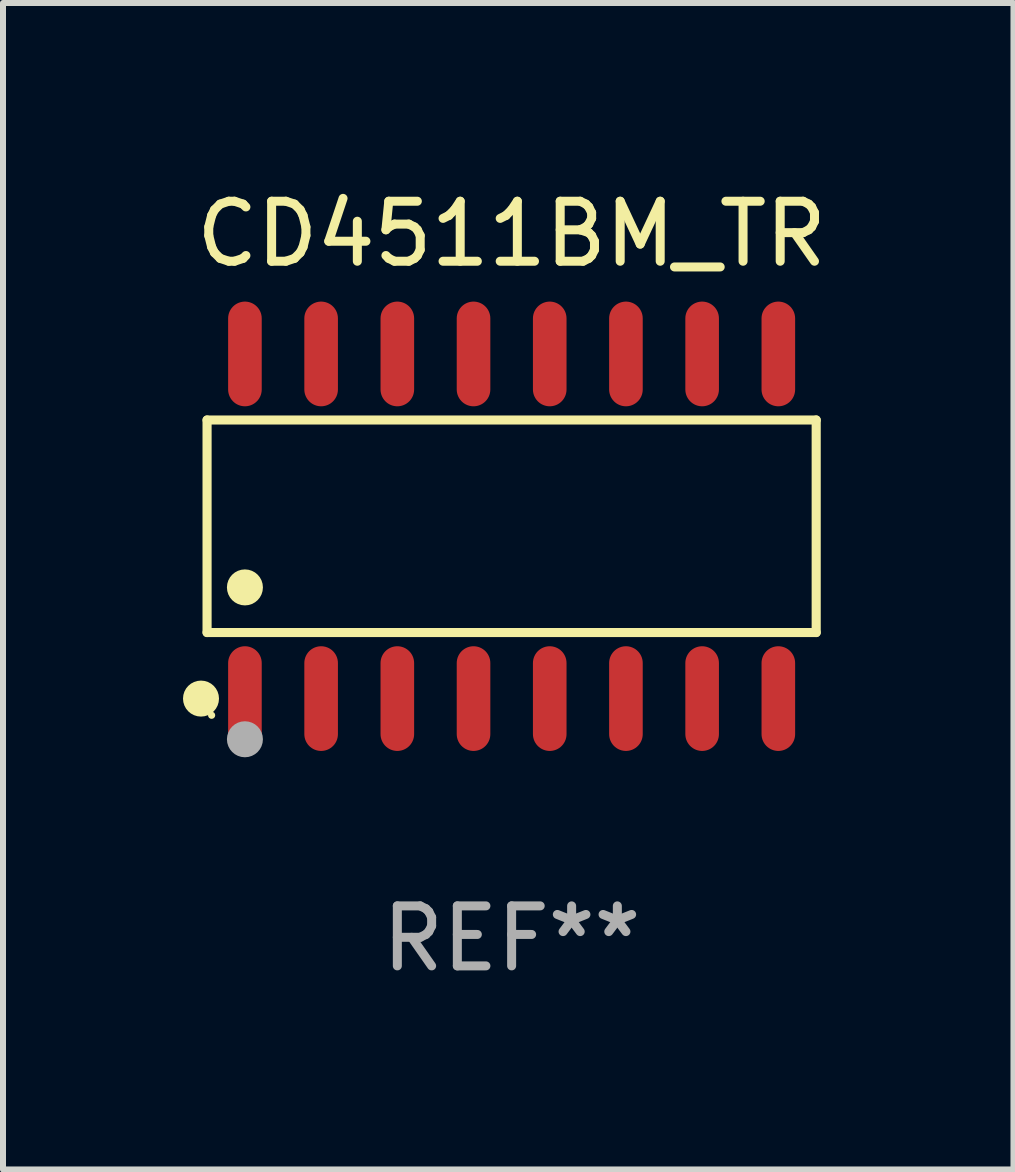
<source format=kicad_pcb>
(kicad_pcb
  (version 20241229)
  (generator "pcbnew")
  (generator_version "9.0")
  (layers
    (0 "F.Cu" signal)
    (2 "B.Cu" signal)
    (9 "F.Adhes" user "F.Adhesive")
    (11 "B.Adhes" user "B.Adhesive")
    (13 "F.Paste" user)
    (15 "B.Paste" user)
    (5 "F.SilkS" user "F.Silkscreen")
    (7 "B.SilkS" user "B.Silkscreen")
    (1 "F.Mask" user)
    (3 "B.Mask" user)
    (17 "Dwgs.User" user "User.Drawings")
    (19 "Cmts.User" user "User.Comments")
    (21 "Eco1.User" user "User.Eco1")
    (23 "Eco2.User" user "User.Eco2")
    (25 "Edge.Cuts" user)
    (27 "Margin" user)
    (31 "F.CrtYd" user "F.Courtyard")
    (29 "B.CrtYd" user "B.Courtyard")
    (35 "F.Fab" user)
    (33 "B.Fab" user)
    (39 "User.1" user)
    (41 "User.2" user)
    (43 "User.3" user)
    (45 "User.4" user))
  (footprint "CD4511BM_TR"
    (layer "F.Cu")
    (at 5.477 5.721)
    (property "Reference" "CD4511BM_TR" (at 0 -4.872 0) (layer "F.SilkS") (effects (font (size 1 1) (thickness 0.15))))
    (attr through_hole)
    (fp_line (start -5.076 -1.771) (end 5.076 -1.771) (stroke (width 0.152) (type solid)) (layer "F.SilkS"))
    (fp_line (start -5.076 1.771) (end -5.076 -1.771) (stroke (width 0.152) (type solid)) (layer "F.SilkS"))
    (fp_line (start 5.076 -1.771) (end 5.076 1.771) (stroke (width 0.152) (type solid)) (layer "F.SilkS"))
    (fp_line (start 5.076 1.771) (end -5.076 1.771) (stroke (width 0.152) (type solid)) (layer "F.SilkS"))
    (fp_circle (center -5.177 2.872) (end -5.027 2.872) (stroke (width 0.3) (type solid)) (fill no) (layer "F.SilkS"))
    (fp_circle (center -5 3.15) (end -4.97 3.15) (stroke (width 0.06) (type solid)) (fill no) (layer "F.SilkS"))
    (fp_circle (center -4.445 1.019) (end -4.295 1.019) (stroke (width 0.3) (type solid)) (fill no) (layer "F.SilkS"))
    (fp_circle (center -4.445 3.55) (end -4.295 3.55) (stroke (width 0.3) (type solid)) (fill no) (layer "F.Fab"))
    (fp_text user "REF**" (at 0 6.872 0) (layer "F.Fab") (effects (font (size 1 1) (thickness 0.15))))
    (pad "1" smd oval (at -4.445 2.872) (size 0.56 1.745) (layers "F.Cu" "F.Mask" "F.Paste"))
    (pad "2" smd oval (at -3.175 2.872) (size 0.56 1.745) (layers "F.Cu" "F.Mask" "F.Paste"))
    (pad "3" smd oval (at -1.905 2.872) (size 0.56 1.745) (layers "F.Cu" "F.Mask" "F.Paste"))
    (pad "4" smd oval (at -0.635 2.872) (size 0.56 1.745) (layers "F.Cu" "F.Mask" "F.Paste"))
    (pad "5" smd oval (at 0.635 2.872) (size 0.56 1.745) (layers "F.Cu" "F.Mask" "F.Paste"))
    (pad "6" smd oval (at 1.905 2.872) (size 0.56 1.745) (layers "F.Cu" "F.Mask" "F.Paste"))
    (pad "7" smd oval (at 3.175 2.872) (size 0.56 1.745) (layers "F.Cu" "F.Mask" "F.Paste"))
    (pad "8" smd oval (at 4.445 2.872) (size 0.56 1.745) (layers "F.Cu" "F.Mask" "F.Paste"))
    (pad "9" smd oval (at 4.445 -2.872) (size 0.56 1.745) (layers "F.Cu" "F.Mask" "F.Paste"))
    (pad "10" smd oval (at 3.175 -2.872) (size 0.56 1.745) (layers "F.Cu" "F.Mask" "F.Paste"))
    (pad "11" smd oval (at 1.905 -2.872) (size 0.56 1.745) (layers "F.Cu" "F.Mask" "F.Paste"))
    (pad "12" smd oval (at 0.635 -2.872) (size 0.56 1.745) (layers "F.Cu" "F.Mask" "F.Paste"))
    (pad "13" smd oval (at -0.635 -2.872) (size 0.56 1.745) (layers "F.Cu" "F.Mask" "F.Paste"))
    (pad "14" smd oval (at -1.905 -2.872) (size 0.56 1.745) (layers "F.Cu" "F.Mask" "F.Paste"))
    (pad "15" smd oval (at -3.175 -2.872) (size 0.56 1.745) (layers "F.Cu" "F.Mask" "F.Paste"))
    (pad "16" smd oval (at -4.445 -2.872) (size 0.56 1.745) (layers "F.Cu" "F.Mask" "F.Paste")))
  (gr_rect
    (start -3 -3)
    (end 13.841 16.441)
    (stroke (width 0.1) (type default))
    (fill no)
    (layer "Edge.Cuts")))
</source>
